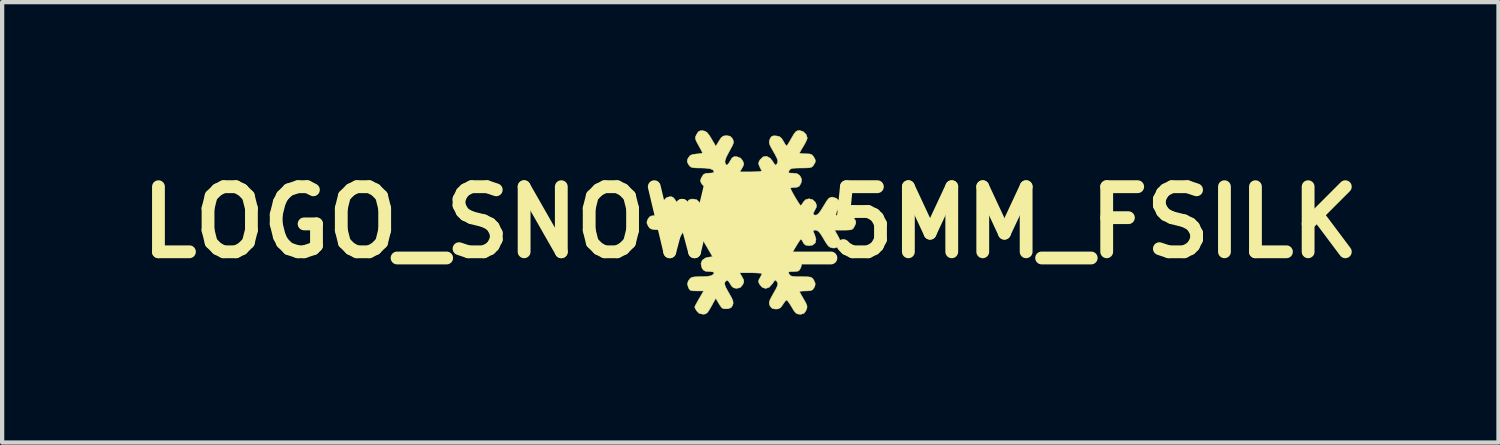
<source format=kicad_pcb>
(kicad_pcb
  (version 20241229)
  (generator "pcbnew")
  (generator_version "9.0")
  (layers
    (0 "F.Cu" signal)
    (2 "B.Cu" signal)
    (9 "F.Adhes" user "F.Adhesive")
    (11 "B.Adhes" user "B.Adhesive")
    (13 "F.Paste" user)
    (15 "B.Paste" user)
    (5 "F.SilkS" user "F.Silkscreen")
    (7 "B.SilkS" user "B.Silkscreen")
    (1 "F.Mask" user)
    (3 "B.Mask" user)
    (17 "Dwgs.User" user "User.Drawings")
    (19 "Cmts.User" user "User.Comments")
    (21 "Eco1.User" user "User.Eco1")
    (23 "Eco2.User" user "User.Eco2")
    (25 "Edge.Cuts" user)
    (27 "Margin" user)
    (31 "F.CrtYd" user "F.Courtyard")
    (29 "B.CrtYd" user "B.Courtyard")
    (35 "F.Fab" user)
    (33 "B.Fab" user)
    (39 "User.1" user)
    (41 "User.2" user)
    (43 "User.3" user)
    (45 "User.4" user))
  (footprint "LOGO_SNOW1_5MM_FSILK"
    (layer "F.Cu")
    (at 14.522 2.157)
    (property "Reference" "LOGO_SNOW1_5MM_FSILK" (at 0 0 0) (layer "F.SilkS") (effects (font (size 1.524 1.524) (thickness 0.3))))
    (attr through_hole)
    (fp_poly (pts (xy 1.237 -2.126) (xy 1.305 -2.061) (xy 1.334 -1.977) (xy 1.334 -1.974) (xy 1.319 -1.926) (xy 1.28 -1.848) (xy 1.243 -1.784) (xy 1.193 -1.701) (xy 1.16 -1.641) (xy 1.152 -1.621) (xy 1.179 -1.613) (xy 1.248 -1.607) (xy 1.297 -1.606) (xy 1.39 -1.602) (xy 1.445 -1.581) (xy 1.484 -1.534) (xy 1.491 -1.522) (xy 1.523 -1.458) (xy 1.52 -1.409) (xy 1.491 -1.356) (xy 1.463 -1.315) (xy 1.429 -1.29) (xy 1.376 -1.278) (xy 1.288 -1.274) (xy 1.191 -1.273) (xy 1.066 -1.271) (xy 0.987 -1.264) (xy 0.941 -1.249) (xy 0.915 -1.222) (xy 0.909 -1.212) (xy 0.894 -1.174) (xy 0.912 -1.156) (xy 0.976 -1.152) (xy 0.998 -1.152) (xy 1.089 -1.142) (xy 1.146 -1.107) (xy 1.17 -1.076) (xy 1.202 -1.01) (xy 1.196 -0.947) (xy 1.182 -0.909) (xy 1.144 -0.845) (xy 1.087 -0.821) (xy 1.042 -0.818) (xy 0.973 -0.814) (xy 0.94 -0.802) (xy 0.94 -0.801) (xy 0.954 -0.762) (xy 0.99 -0.691) (xy 1.04 -0.603) (xy 1.093 -0.515) (xy 1.14 -0.441) (xy 1.173 -0.399) (xy 1.18 -0.394) (xy 1.208 -0.418) (xy 1.237 -0.47) (xy 1.293 -0.531) (xy 1.373 -0.552) (xy 1.456 -0.533) (xy 1.52 -0.474) (xy 1.526 -0.465) (xy 1.55 -0.403) (xy 1.544 -0.35) (xy 1.511 -0.286) (xy 1.476 -0.219) (xy 1.477 -0.185) (xy 1.495 -0.173) (xy 1.54 -0.168) (xy 1.586 -0.195) (xy 1.64 -0.26) (xy 1.71 -0.372) (xy 1.726 -0.398) (xy 1.788 -0.5) (xy 1.835 -0.559) (xy 1.878 -0.585) (xy 1.923 -0.591) (xy 2.017 -0.562) (xy 2.068 -0.512) (xy 2.104 -0.459) (xy 2.109 -0.419) (xy 2.084 -0.364) (xy 2.064 -0.331) (xy 2.014 -0.234) (xy 2.003 -0.174) (xy 2.032 -0.153) (xy 2.038 -0.154) (xy 2.089 -0.156) (xy 2.176 -0.156) (xy 2.235 -0.155) (xy 2.335 -0.148) (xy 2.396 -0.127) (xy 2.437 -0.085) (xy 2.441 -0.078) (xy 2.471 -0.022) (xy 2.469 0.027) (xy 2.441 0.089) (xy 2.413 0.138) (xy 2.38 0.166) (xy 2.326 0.178) (xy 2.234 0.182) (xy 2.183 0.182) (xy 1.974 0.182) (xy 2.046 0.309) (xy 2.088 0.389) (xy 2.101 0.442) (xy 2.087 0.493) (xy 2.072 0.523) (xy 2.029 0.584) (xy 1.97 0.602) (xy 1.931 0.6) (xy 1.877 0.589) (xy 1.832 0.559) (xy 1.784 0.498) (xy 1.722 0.396) (xy 1.717 0.386) (xy 1.65 0.277) (xy 1.599 0.214) (xy 1.554 0.186) (xy 1.527 0.182) (xy 1.482 0.185) (xy 1.471 0.204) (xy 1.491 0.256) (xy 1.506 0.287) (xy 1.538 0.398) (xy 1.521 0.482) (xy 1.457 0.533) (xy 1.379 0.546) (xy 1.298 0.535) (xy 1.251 0.496) (xy 1.237 0.47) (xy 1.206 0.414) (xy 1.184 0.394) (xy 1.162 0.418) (xy 1.12 0.48) (xy 1.069 0.563) (xy 1.016 0.653) (xy 0.971 0.733) (xy 0.944 0.788) (xy 0.94 0.802) (xy 0.966 0.814) (xy 1.029 0.818) (xy 1.03 0.818) (xy 1.124 0.843) (xy 1.183 0.909) (xy 1.198 1) (xy 1.182 1.061) (xy 1.151 1.118) (xy 1.108 1.145) (xy 1.031 1.152) (xy 1.011 1.152) (xy 0.929 1.154) (xy 0.897 1.166) (xy 0.9 1.194) (xy 0.909 1.212) (xy 0.933 1.243) (xy 0.972 1.261) (xy 1.041 1.27) (xy 1.154 1.273) (xy 1.191 1.273) (xy 1.314 1.274) (xy 1.391 1.28) (xy 1.437 1.295) (xy 1.467 1.324) (xy 1.489 1.359) (xy 1.519 1.428) (xy 1.514 1.484) (xy 1.495 1.526) (xy 1.462 1.575) (xy 1.415 1.599) (xy 1.335 1.606) (xy 1.302 1.606) (xy 1.216 1.609) (xy 1.162 1.615) (xy 1.152 1.62) (xy 1.166 1.652) (xy 1.203 1.719) (xy 1.243 1.788) (xy 1.298 1.884) (xy 1.325 1.947) (xy 1.328 1.995) (xy 1.311 2.048) (xy 1.298 2.075) (xy 1.256 2.132) (xy 1.185 2.152) (xy 1.164 2.152) (xy 1.106 2.146) (xy 1.061 2.12) (xy 1.016 2.062) (xy 0.97 1.985) (xy 0.917 1.899) (xy 0.873 1.839) (xy 0.849 1.819) (xy 0.82 1.842) (xy 0.776 1.902) (xy 0.762 1.925) (xy 0.71 1.996) (xy 0.653 2.026) (xy 0.597 2.031) (xy 0.517 2.019) (xy 0.471 1.975) (xy 0.458 1.951) (xy 0.443 1.905) (xy 0.445 1.858) (xy 0.47 1.795) (xy 0.521 1.7) (xy 0.544 1.659) (xy 0.604 1.552) (xy 0.636 1.482) (xy 0.644 1.436) (xy 0.631 1.4) (xy 0.624 1.389) (xy 0.596 1.356) (xy 0.572 1.359) (xy 0.537 1.406) (xy 0.516 1.438) (xy 0.441 1.521) (xy 0.359 1.549) (xy 0.279 1.522) (xy 0.227 1.465) (xy 0.193 1.404) (xy 0.195 1.355) (xy 0.224 1.302) (xy 0.258 1.238) (xy 0.273 1.201) (xy 0.273 1.2) (xy 0.245 1.192) (xy 0.17 1.186) (xy 0.062 1.182) (xy 0.012 1.182) (xy -0.248 1.182) (xy -0.191 1.281) (xy -0.155 1.351) (xy -0.152 1.4) (xy -0.179 1.46) (xy -0.18 1.462) (xy -0.236 1.527) (xy -0.317 1.546) (xy -0.321 1.546) (xy -0.392 1.534) (xy -0.443 1.489) (xy -0.471 1.441) (xy -0.514 1.375) (xy -0.548 1.359) (xy -0.567 1.369) (xy -0.597 1.405) (xy -0.601 1.451) (xy -0.577 1.519) (xy -0.522 1.621) (xy -0.495 1.667) (xy -0.436 1.772) (xy -0.407 1.844) (xy -0.403 1.898) (xy -0.412 1.935) (xy -0.446 1.993) (xy -0.508 2.02) (xy -0.55 2.025) (xy -0.619 2.025) (xy -0.665 2.003) (xy -0.71 1.946) (xy -0.734 1.906) (xy -0.81 1.778) (xy -0.913 1.965) (xy -0.97 2.064) (xy -1.014 2.12) (xy -1.056 2.146) (xy -1.109 2.152) (xy -1.11 2.152) (xy -1.201 2.131) (xy -1.254 2.077) (xy -1.29 2.018) (xy -1.303 1.984) (xy -1.289 1.95) (xy -1.252 1.88) (xy -1.199 1.787) (xy -1.198 1.786) (xy -1.093 1.606) (xy -1.255 1.606) (xy -1.351 1.604) (xy -1.405 1.59) (xy -1.436 1.556) (xy -1.454 1.518) (xy -1.474 1.444) (xy -1.456 1.381) (xy -1.439 1.352) (xy -1.408 1.312) (xy -1.37 1.288) (xy -1.31 1.277) (xy -1.212 1.273) (xy -1.154 1.273) (xy -1.002 1.266) (xy -0.904 1.245) (xy -0.856 1.207) (xy -0.849 1.176) (xy -0.876 1.161) (xy -0.943 1.152) (xy -0.969 1.152) (xy -1.054 1.144) (xy -1.104 1.113) (xy -1.133 1.068) (xy -1.157 0.969) (xy -1.127 0.888) (xy -1.048 0.833) (xy -0.991 0.818) (xy -0.885 0.803) (xy -1.014 0.582) (xy -1.143 0.36) (xy -1.181 0.453) (xy -1.217 0.516) (xy -1.267 0.541) (xy -1.332 0.546) (xy -1.415 0.537) (xy -1.462 0.502) (xy -1.48 0.468) (xy -1.5 0.396) (xy -1.48 0.323) (xy -1.47 0.303) (xy -1.435 0.229) (xy -1.431 0.194) (xy -1.464 0.183) (xy -1.494 0.182) (xy -1.537 0.194) (xy -1.581 0.235) (xy -1.635 0.317) (xy -1.678 0.394) (xy -1.739 0.502) (xy -1.783 0.565) (xy -1.823 0.597) (xy -1.868 0.606) (xy -1.881 0.606) (xy -1.969 0.582) (xy -2.02 0.528) (xy -2.049 0.477) (xy -2.053 0.433) (xy -2.032 0.371) (xy -2.006 0.317) (xy -1.942 0.185) (xy -2.144 0.176) (xy -2.255 0.169) (xy -2.322 0.155) (xy -2.362 0.129) (xy -2.393 0.085) (xy -2.393 0.083) (xy -2.423 0.017) (xy -2.417 -0.036) (xy -2.395 -0.08) (xy -2.363 -0.125) (xy -2.322 -0.149) (xy -2.253 -0.158) (xy -2.167 -0.159) (xy -2.066 -0.161) (xy -1.991 -0.166) (xy -1.962 -0.172) (xy -1.961 -0.204) (xy -1.987 -0.269) (xy -2.006 -0.307) (xy -2.047 -0.386) (xy -2.057 -0.438) (xy -2.041 -0.488) (xy -2.029 -0.51) (xy -1.96 -0.581) (xy -1.893 -0.6) (xy -1.846 -0.6) (xy -1.809 -0.584) (xy -1.77 -0.541) (xy -1.719 -0.462) (xy -1.672 -0.38) (xy -1.605 -0.266) (xy -1.56 -0.196) (xy -1.526 -0.163) (xy -1.496 -0.16) (xy -1.461 -0.177) (xy -1.457 -0.18) (xy -1.432 -0.207) (xy -1.443 -0.248) (xy -1.467 -0.288) (xy -1.502 -0.358) (xy -1.497 -0.423) (xy -1.484 -0.457) (xy -1.446 -0.52) (xy -1.388 -0.543) (xy -1.345 -0.546) (xy -1.261 -0.532) (xy -1.204 -0.481) (xy -1.187 -0.456) (xy -1.133 -0.366) (xy -0.882 -0.803) (xy -0.984 -0.812) (xy -1.087 -0.847) (xy -1.135 -0.896) (xy -1.165 -0.953) (xy -1.163 -1.004) (xy -1.137 -1.061) (xy -1.096 -1.122) (xy -1.041 -1.147) (xy -0.969 -1.152) (xy -0.893 -1.157) (xy -0.852 -1.171) (xy -0.849 -1.176) (xy -0.87 -1.224) (xy -0.937 -1.255) (xy -1.056 -1.27) (xy -1.157 -1.273) (xy -1.277 -1.274) (xy -1.353 -1.282) (xy -1.398 -1.299) (xy -1.43 -1.331) (xy -1.445 -1.352) (xy -1.478 -1.415) (xy -1.474 -1.467) (xy -1.452 -1.511) (xy -1.412 -1.563) (xy -1.353 -1.59) (xy -1.264 -1.601) (xy -1.181 -1.609) (xy -1.129 -1.621) (xy -1.121 -1.627) (xy -1.135 -1.661) (xy -1.172 -1.73) (xy -1.214 -1.806) (xy -1.264 -1.897) (xy -1.286 -1.955) (xy -1.285 -2.001) (xy -1.262 -2.053) (xy -1.258 -2.062) (xy -1.214 -2.126) (xy -1.161 -2.148) (xy -1.113 -2.146) (xy -1.056 -2.133) (xy -1.007 -2.097) (xy -0.954 -2.027) (xy -0.913 -1.959) (xy -0.808 -1.782) (xy -0.734 -1.906) (xy -0.682 -1.984) (xy -0.632 -2.021) (xy -0.566 -2.031) (xy -0.559 -2.031) (xy -0.476 -2.018) (xy -0.425 -1.969) (xy -0.415 -1.951) (xy -0.396 -1.907) (xy -0.395 -1.863) (xy -0.415 -1.806) (xy -0.462 -1.719) (xy -0.492 -1.665) (xy -0.561 -1.534) (xy -0.593 -1.443) (xy -0.592 -1.396) (xy -0.567 -1.345) (xy -0.537 -1.345) (xy -0.495 -1.398) (xy -0.471 -1.441) (xy -0.425 -1.512) (xy -0.378 -1.539) (xy -0.321 -1.54) (xy -0.23 -1.505) (xy -0.183 -1.448) (xy -0.155 -1.386) (xy -0.16 -1.335) (xy -0.192 -1.274) (xy -0.246 -1.182) (xy 0.016 -1.182) (xy 0.132 -1.185) (xy 0.219 -1.191) (xy 0.264 -1.2) (xy 0.267 -1.205) (xy 0.246 -1.246) (xy 0.216 -1.307) (xy 0.192 -1.373) (xy 0.206 -1.43) (xy 0.228 -1.466) (xy 0.3 -1.535) (xy 0.381 -1.547) (xy 0.463 -1.504) (xy 0.515 -1.44) (xy 0.563 -1.366) (xy 0.591 -1.34) (xy 0.614 -1.355) (xy 0.634 -1.39) (xy 0.643 -1.432) (xy 0.627 -1.492) (xy 0.583 -1.583) (xy 0.543 -1.653) (xy 0.482 -1.76) (xy 0.45 -1.831) (xy 0.441 -1.883) (xy 0.451 -1.929) (xy 0.458 -1.947) (xy 0.49 -2.005) (xy 0.538 -2.026) (xy 0.603 -2.025) (xy 0.681 -2.009) (xy 0.734 -1.965) (xy 0.773 -1.902) (xy 0.813 -1.832) (xy 0.843 -1.792) (xy 0.849 -1.789) (xy 0.87 -1.813) (xy 0.91 -1.878) (xy 0.962 -1.968) (xy 0.964 -1.971) (xy 1.021 -2.069) (xy 1.065 -2.124) (xy 1.109 -2.148) (xy 1.151 -2.152) (xy 1.237 -2.126)) (stroke (width 0.01) (type solid)) (fill yes) (layer "F.SilkS")))
  (gr_rect
    (start -3 -3)
    (end 32.043 7.314)
    (stroke (width 0.1) (type default))
    (fill no)
    (layer "Edge.Cuts")))
</source>
